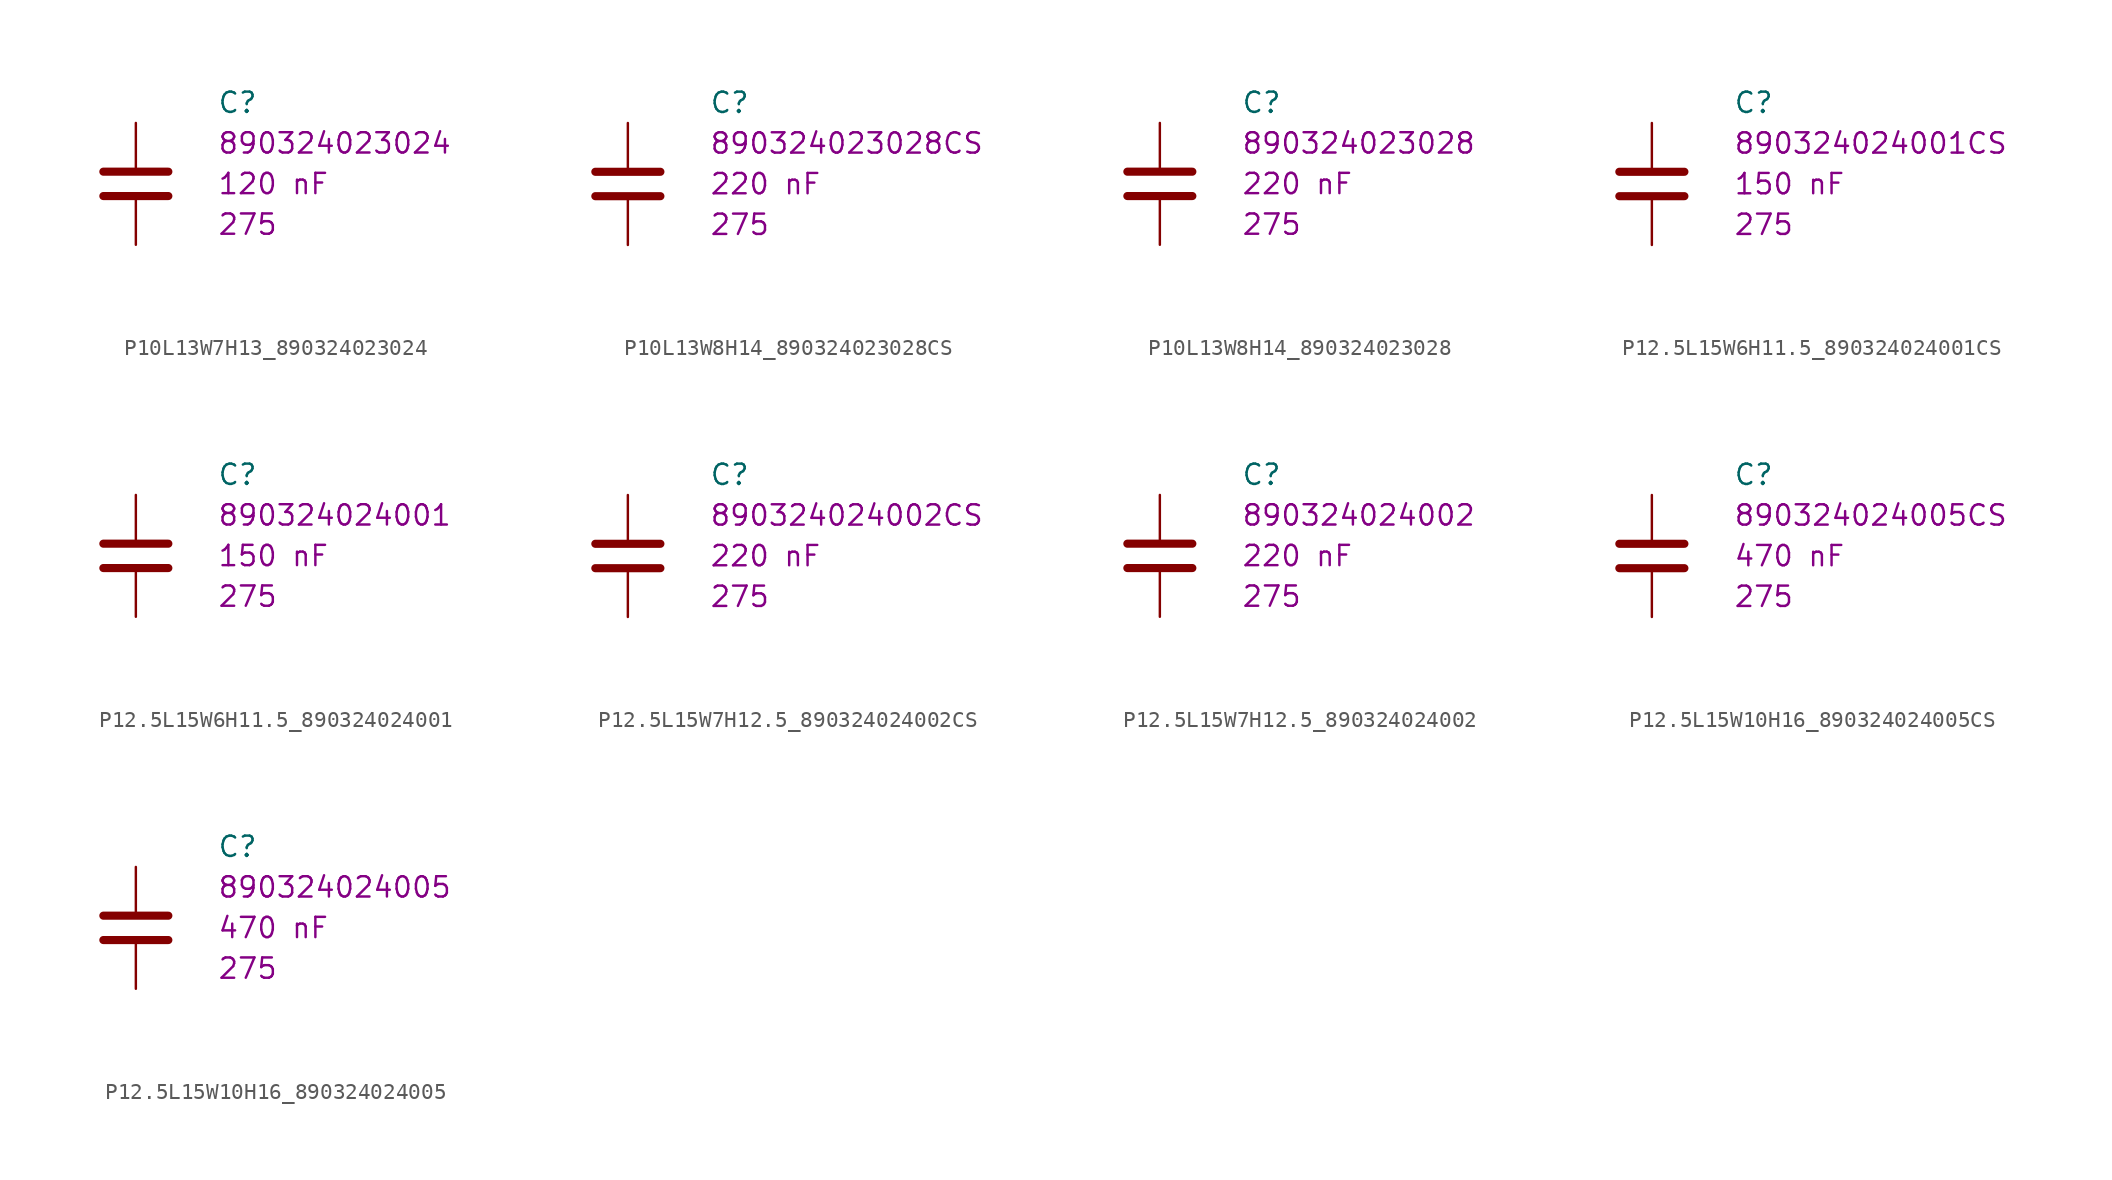
<source format=kicad_sym>
(kicad_symbol_lib
  (version 20220914)
  (generator kicad_symbol_editor)
  (symbol "P10L13W7H13_890324023024"
    (pin_numbers hide)
    (pin_names hide)
    (property "Reference" "C"
      (at 5.08 5.08 0)
      (effects (font (size 1.27 1.27)) (justify left)))
    (property "Part Number" "890324023024"
      (at 5.08 2.54 0)
      (effects (font (size 1.27 1.27)) (justify left)))
    (property "Capacitance" "120 nF"
      (at 5.08 0 0)
      (effects (font (size 1.27 1.27)) (justify left)))
    (property "Voltage" "275"
      (at 5.08 -2.54 0)
      (effects (font (size 1.27 1.27)) (justify left)))
    (property "Critical Parameter" ""
      (at 0 -7.62 0)
      (effects (font (size 1.27 1.27))))
    (symbol "P10L13W7H13_890324023024_0_1"
      (polyline (pts (xy -2.032 -0.762) (xy 2.032 -0.762)) (stroke (width 0.508) (type default)) (fill (type none)))
      (polyline (pts (xy -2.032 0.762) (xy 2.032 0.762)) (stroke (width 0.508) (type default)) (fill (type none))))
    (symbol "P10L13W7H13_890324023024_1_1"
      (pin passive line (at 0 3.81 270) (length 2.794) (name "1" (effects (font (size 1.27 1.27)))) (number "1" (effects (font (size 1.27 1.27)))))
      (pin passive line (at 0 -3.81 90) (length 2.794) (name "2" (effects (font (size 1.27 1.27)))) (number "2" (effects (font (size 1.27 1.27)))))))
  (symbol "P10L13W8H14_890324023028CS"
    (pin_numbers hide)
    (pin_names hide)
    (property "Reference" "C"
      (at 5.08 5.08 0)
      (effects (font (size 1.27 1.27)) (justify left)))
    (property "Part Number" "890324023028CS"
      (at 5.08 2.54 0)
      (effects (font (size 1.27 1.27)) (justify left)))
    (property "Capacitance" "220 nF"
      (at 5.08 0 0)
      (effects (font (size 1.27 1.27)) (justify left)))
    (property "Voltage" "275"
      (at 5.08 -2.54 0)
      (effects (font (size 1.27 1.27)) (justify left)))
    (property "Critical Parameter" ""
      (at 0 -7.62 0)
      (effects (font (size 1.27 1.27))))
    (symbol "P10L13W8H14_890324023028CS_0_1"
      (polyline (pts (xy -2.032 -0.762) (xy 2.032 -0.762)) (stroke (width 0.508) (type default)) (fill (type none)))
      (polyline (pts (xy -2.032 0.762) (xy 2.032 0.762)) (stroke (width 0.508) (type default)) (fill (type none))))
    (symbol "P10L13W8H14_890324023028CS_1_1"
      (pin passive line (at 0 3.81 270) (length 2.794) (name "1" (effects (font (size 1.27 1.27)))) (number "1" (effects (font (size 1.27 1.27)))))
      (pin passive line (at 0 -3.81 90) (length 2.794) (name "2" (effects (font (size 1.27 1.27)))) (number "2" (effects (font (size 1.27 1.27)))))))
  (symbol "P10L13W8H14_890324023028"
    (pin_numbers hide)
    (pin_names hide)
    (property "Reference" "C"
      (at 5.08 5.08 0)
      (effects (font (size 1.27 1.27)) (justify left)))
    (property "Part Number" "890324023028"
      (at 5.08 2.54 0)
      (effects (font (size 1.27 1.27)) (justify left)))
    (property "Capacitance" "220 nF"
      (at 5.08 0 0)
      (effects (font (size 1.27 1.27)) (justify left)))
    (property "Voltage" "275"
      (at 5.08 -2.54 0)
      (effects (font (size 1.27 1.27)) (justify left)))
    (property "Critical Parameter" ""
      (at 0 -7.62 0)
      (effects (font (size 1.27 1.27))))
    (symbol "P10L13W8H14_890324023028_0_1"
      (polyline (pts (xy -2.032 -0.762) (xy 2.032 -0.762)) (stroke (width 0.508) (type default)) (fill (type none)))
      (polyline (pts (xy -2.032 0.762) (xy 2.032 0.762)) (stroke (width 0.508) (type default)) (fill (type none))))
    (symbol "P10L13W8H14_890324023028_1_1"
      (pin passive line (at 0 3.81 270) (length 2.794) (name "1" (effects (font (size 1.27 1.27)))) (number "1" (effects (font (size 1.27 1.27)))))
      (pin passive line (at 0 -3.81 90) (length 2.794) (name "2" (effects (font (size 1.27 1.27)))) (number "2" (effects (font (size 1.27 1.27)))))))
  (symbol "P12.5L15W6H11.5_890324024001CS"
    (pin_numbers hide)
    (pin_names hide)
    (property "Reference" "C"
      (at 5.08 5.08 0)
      (effects (font (size 1.27 1.27)) (justify left)))
    (property "Part Number" "890324024001CS"
      (at 5.08 2.54 0)
      (effects (font (size 1.27 1.27)) (justify left)))
    (property "Capacitance" "150 nF"
      (at 5.08 0 0)
      (effects (font (size 1.27 1.27)) (justify left)))
    (property "Voltage" "275"
      (at 5.08 -2.54 0)
      (effects (font (size 1.27 1.27)) (justify left)))
    (property "Critical Parameter" ""
      (at 0 -7.62 0)
      (effects (font (size 1.27 1.27))))
    (symbol "P12.5L15W6H11.5_890324024001CS_0_1"
      (polyline (pts (xy -2.032 -0.762) (xy 2.032 -0.762)) (stroke (width 0.508) (type default)) (fill (type none)))
      (polyline (pts (xy -2.032 0.762) (xy 2.032 0.762)) (stroke (width 0.508) (type default)) (fill (type none))))
    (symbol "P12.5L15W6H11.5_890324024001CS_1_1"
      (pin passive line (at 0 3.81 270) (length 2.794) (name "1" (effects (font (size 1.27 1.27)))) (number "1" (effects (font (size 1.27 1.27)))))
      (pin passive line (at 0 -3.81 90) (length 2.794) (name "2" (effects (font (size 1.27 1.27)))) (number "2" (effects (font (size 1.27 1.27)))))))
  (symbol "P12.5L15W6H11.5_890324024001"
    (pin_numbers hide)
    (pin_names hide)
    (property "Reference" "C"
      (at 5.08 5.08 0)
      (effects (font (size 1.27 1.27)) (justify left)))
    (property "Part Number" "890324024001"
      (at 5.08 2.54 0)
      (effects (font (size 1.27 1.27)) (justify left)))
    (property "Capacitance" "150 nF"
      (at 5.08 0 0)
      (effects (font (size 1.27 1.27)) (justify left)))
    (property "Voltage" "275"
      (at 5.08 -2.54 0)
      (effects (font (size 1.27 1.27)) (justify left)))
    (property "Critical Parameter" ""
      (at 0 -7.62 0)
      (effects (font (size 1.27 1.27))))
    (symbol "P12.5L15W6H11.5_890324024001_0_1"
      (polyline (pts (xy -2.032 -0.762) (xy 2.032 -0.762)) (stroke (width 0.508) (type default)) (fill (type none)))
      (polyline (pts (xy -2.032 0.762) (xy 2.032 0.762)) (stroke (width 0.508) (type default)) (fill (type none))))
    (symbol "P12.5L15W6H11.5_890324024001_1_1"
      (pin passive line (at 0 3.81 270) (length 2.794) (name "1" (effects (font (size 1.27 1.27)))) (number "1" (effects (font (size 1.27 1.27)))))
      (pin passive line (at 0 -3.81 90) (length 2.794) (name "2" (effects (font (size 1.27 1.27)))) (number "2" (effects (font (size 1.27 1.27)))))))
  (symbol "P12.5L15W7H12.5_890324024002CS"
    (pin_numbers hide)
    (pin_names hide)
    (property "Reference" "C"
      (at 5.08 5.08 0)
      (effects (font (size 1.27 1.27)) (justify left)))
    (property "Part Number" "890324024002CS"
      (at 5.08 2.54 0)
      (effects (font (size 1.27 1.27)) (justify left)))
    (property "Capacitance" "220 nF"
      (at 5.08 0 0)
      (effects (font (size 1.27 1.27)) (justify left)))
    (property "Voltage" "275"
      (at 5.08 -2.54 0)
      (effects (font (size 1.27 1.27)) (justify left)))
    (property "Critical Parameter" ""
      (at 0 -7.62 0)
      (effects (font (size 1.27 1.27))))
    (symbol "P12.5L15W7H12.5_890324024002CS_0_1"
      (polyline (pts (xy -2.032 -0.762) (xy 2.032 -0.762)) (stroke (width 0.508) (type default)) (fill (type none)))
      (polyline (pts (xy -2.032 0.762) (xy 2.032 0.762)) (stroke (width 0.508) (type default)) (fill (type none))))
    (symbol "P12.5L15W7H12.5_890324024002CS_1_1"
      (pin passive line (at 0 3.81 270) (length 2.794) (name "1" (effects (font (size 1.27 1.27)))) (number "1" (effects (font (size 1.27 1.27)))))
      (pin passive line (at 0 -3.81 90) (length 2.794) (name "2" (effects (font (size 1.27 1.27)))) (number "2" (effects (font (size 1.27 1.27)))))))
  (symbol "P12.5L15W7H12.5_890324024002"
    (pin_numbers hide)
    (pin_names hide)
    (property "Reference" "C"
      (at 5.08 5.08 0)
      (effects (font (size 1.27 1.27)) (justify left)))
    (property "Part Number" "890324024002"
      (at 5.08 2.54 0)
      (effects (font (size 1.27 1.27)) (justify left)))
    (property "Capacitance" "220 nF"
      (at 5.08 0 0)
      (effects (font (size 1.27 1.27)) (justify left)))
    (property "Voltage" "275"
      (at 5.08 -2.54 0)
      (effects (font (size 1.27 1.27)) (justify left)))
    (property "Critical Parameter" ""
      (at 0 -7.62 0)
      (effects (font (size 1.27 1.27))))
    (symbol "P12.5L15W7H12.5_890324024002_0_1"
      (polyline (pts (xy -2.032 -0.762) (xy 2.032 -0.762)) (stroke (width 0.508) (type default)) (fill (type none)))
      (polyline (pts (xy -2.032 0.762) (xy 2.032 0.762)) (stroke (width 0.508) (type default)) (fill (type none))))
    (symbol "P12.5L15W7H12.5_890324024002_1_1"
      (pin passive line (at 0 3.81 270) (length 2.794) (name "1" (effects (font (size 1.27 1.27)))) (number "1" (effects (font (size 1.27 1.27)))))
      (pin passive line (at 0 -3.81 90) (length 2.794) (name "2" (effects (font (size 1.27 1.27)))) (number "2" (effects (font (size 1.27 1.27)))))))
  (symbol "P12.5L15W10H16_890324024005CS"
    (pin_numbers hide)
    (pin_names hide)
    (property "Reference" "C"
      (at 5.08 5.08 0)
      (effects (font (size 1.27 1.27)) (justify left)))
    (property "Part Number" "890324024005CS"
      (at 5.08 2.54 0)
      (effects (font (size 1.27 1.27)) (justify left)))
    (property "Capacitance" "470 nF"
      (at 5.08 0 0)
      (effects (font (size 1.27 1.27)) (justify left)))
    (property "Voltage" "275"
      (at 5.08 -2.54 0)
      (effects (font (size 1.27 1.27)) (justify left)))
    (property "Critical Parameter" ""
      (at 0 -7.62 0)
      (effects (font (size 1.27 1.27))))
    (symbol "P12.5L15W10H16_890324024005CS_0_1"
      (polyline (pts (xy -2.032 -0.762) (xy 2.032 -0.762)) (stroke (width 0.508) (type default)) (fill (type none)))
      (polyline (pts (xy -2.032 0.762) (xy 2.032 0.762)) (stroke (width 0.508) (type default)) (fill (type none))))
    (symbol "P12.5L15W10H16_890324024005CS_1_1"
      (pin passive line (at 0 3.81 270) (length 2.794) (name "1" (effects (font (size 1.27 1.27)))) (number "1" (effects (font (size 1.27 1.27)))))
      (pin passive line (at 0 -3.81 90) (length 2.794) (name "2" (effects (font (size 1.27 1.27)))) (number "2" (effects (font (size 1.27 1.27)))))))
  (symbol "P12.5L15W10H16_890324024005"
    (pin_numbers hide)
    (pin_names hide)
    (property "Reference" "C"
      (at 5.08 5.08 0)
      (effects (font (size 1.27 1.27)) (justify left)))
    (property "Part Number" "890324024005"
      (at 5.08 2.54 0)
      (effects (font (size 1.27 1.27)) (justify left)))
    (property "Capacitance" "470 nF"
      (at 5.08 0 0)
      (effects (font (size 1.27 1.27)) (justify left)))
    (property "Voltage" "275"
      (at 5.08 -2.54 0)
      (effects (font (size 1.27 1.27)) (justify left)))
    (property "Critical Parameter" ""
      (at 0 -7.62 0)
      (effects (font (size 1.27 1.27))))
    (symbol "P12.5L15W10H16_890324024005_0_1"
      (polyline (pts (xy -2.032 -0.762) (xy 2.032 -0.762)) (stroke (width 0.508) (type default)) (fill (type none)))
      (polyline (pts (xy -2.032 0.762) (xy 2.032 0.762)) (stroke (width 0.508) (type default)) (fill (type none))))
    (symbol "P12.5L15W10H16_890324024005_1_1"
      (pin passive line (at 0 3.81 270) (length 2.794) (name "1" (effects (font (size 1.27 1.27)))) (number "1" (effects (font (size 1.27 1.27)))))
      (pin passive line (at 0 -3.81 90) (length 2.794) (name "2" (effects (font (size 1.27 1.27)))) (number "2" (effects (font (size 1.27 1.27))))))))
</source>
